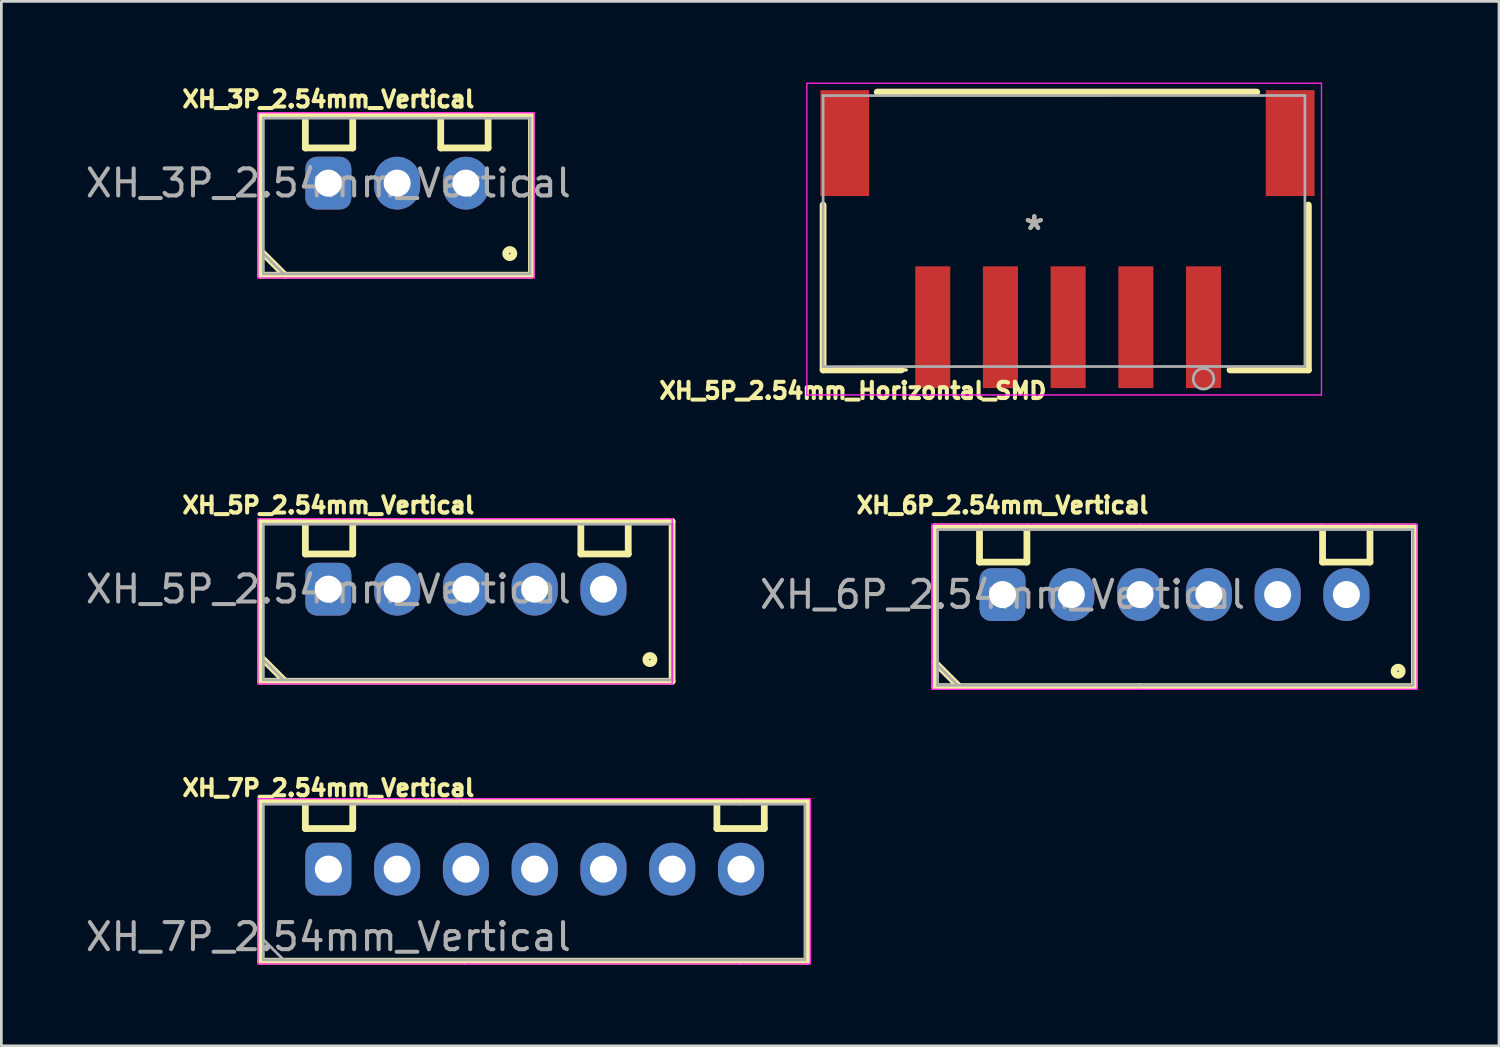
<source format=kicad_pcb>
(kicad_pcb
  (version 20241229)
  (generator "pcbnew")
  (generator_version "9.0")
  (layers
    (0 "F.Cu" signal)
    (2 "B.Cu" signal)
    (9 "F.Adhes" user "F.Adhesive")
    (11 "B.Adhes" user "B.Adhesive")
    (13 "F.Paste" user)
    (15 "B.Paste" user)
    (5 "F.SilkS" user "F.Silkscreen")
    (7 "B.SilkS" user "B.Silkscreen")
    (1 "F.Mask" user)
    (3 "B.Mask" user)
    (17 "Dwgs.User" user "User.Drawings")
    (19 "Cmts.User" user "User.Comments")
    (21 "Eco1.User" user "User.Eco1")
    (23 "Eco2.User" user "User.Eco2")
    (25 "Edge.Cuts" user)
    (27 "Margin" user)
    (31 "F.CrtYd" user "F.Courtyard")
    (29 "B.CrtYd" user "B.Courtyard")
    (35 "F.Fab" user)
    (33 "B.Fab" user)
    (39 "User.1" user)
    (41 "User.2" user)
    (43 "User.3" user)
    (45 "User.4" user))
  (footprint "XH_5P_2.54mm_Horizontal_SMD"
    (layer "F.Cu")
    (at 36.398 6.081)
    (property "Reference" "XH_5P_2.54mm_Horizontal_SMD" (at -7.95 5.3 180) (layer "F.SilkS") (effects (font (size 0.6 0.6) (thickness 0.15))))
    (attr through_hole)
    (fp_line (start -9.05 -1.558) (end -9.05 4.531) (stroke (width 0.25) (type solid)) (layer "F.SilkS"))
    (fp_line (start -9.05 4.531) (end -6.159 4.531) (stroke (width 0.25) (type solid)) (layer "F.SilkS"))
    (fp_line (start -6.52 4.531) (end -5.98 4.531) (stroke (width 0.12) (type solid)) (layer "F.SilkS"))
    (fp_line (start 5.98 4.531) (end 8.872 4.531) (stroke (width 0.25) (type solid)) (layer "F.SilkS"))
    (fp_line (start 6.966 -5.731) (end -7.05 -5.731) (stroke (width 0.25) (type solid)) (layer "F.SilkS"))
    (fp_line (start 8.872 4.531) (end 8.872 -1.558) (stroke (width 0.25) (type solid)) (layer "F.SilkS"))
    (fp_line (start -9.65 -6.056) (end -9.65 5.456) (stroke (width 0.05) (type solid)) (layer "F.CrtYd"))
    (fp_line (start -9.65 5.456) (end 9.356 5.456) (stroke (width 0.05) (type solid)) (layer "F.CrtYd"))
    (fp_line (start 9.356 -6.056) (end -9.65 -6.056) (stroke (width 0.05) (type solid)) (layer "F.CrtYd"))
    (fp_line (start 9.356 5.456) (end 9.356 -6.056) (stroke (width 0.05) (type solid)) (layer "F.CrtYd"))
    (fp_line (start -9.05 -5.6) (end -9.05 4.408) (stroke (width 0.1) (type solid)) (layer "F.Fab"))
    (fp_line (start -9.05 4.408) (end 8.745 4.404) (stroke (width 0.1) (type solid)) (layer "F.Fab"))
    (fp_line (start 8.745 -5.604) (end -9.05 -5.6) (stroke (width 0.1) (type solid)) (layer "F.Fab"))
    (fp_line (start 8.745 4.404) (end 8.745 -5.604) (stroke (width 0.1) (type solid)) (layer "F.Fab"))
    (fp_circle (center 5 4.859) (end 4.619 4.859) (stroke (width 0.1) (type solid)) (fill no) (layer "F.Fab"))
    (fp_text user "*" (at -1.25 -0.6 180) (layer "F.SilkS") (effects (font (size 1 1) (thickness 0.15))))
    (fp_text user "*" (at -1.25 -0.6 180) (layer "F.Fab") (effects (font (size 1 1) (thickness 0.15))))
    (pad "1" smd rect (at 5 2.954 180) (size 1.295 4.496) (layers "F.Cu" "F.Mask" "F.Paste"))
    (pad "2" smd rect (at 2.5 2.954 180) (size 1.295 4.496) (layers "F.Cu" "F.Mask" "F.Paste"))
    (pad "3" smd rect (at 0 2.954 180) (size 1.295 4.496) (layers "F.Cu" "F.Mask" "F.Paste"))
    (pad "4" smd rect (at -2.5 2.954 180) (size 1.295 4.496) (layers "F.Cu" "F.Mask" "F.Paste"))
    (pad "5" smd rect (at -5 2.954 180) (size 1.295 4.496) (layers "F.Cu" "F.Mask" "F.Paste"))
    (pad "S" smd rect (at -8.25 -3.846 180) (size 1.803 3.912) (layers "F.Cu" "F.Mask" "F.Paste"))
    (pad "S" smd rect (at 8.2 -3.846 180) (size 1.803 3.912) (layers "F.Cu" "F.Mask" "F.Paste")))
  (footprint "XH_3P_2.54mm_Vertical"
    (layer "F.Cu")
    (at 9.077 3.714)
    (property "Reference" "XH_3P_2.54mm_Vertical" (at 0 -3.1 0) (unlocked yes) (layer "F.SilkS") (effects (font (size 0.6 0.6) (thickness 0.15))))
    (attr through_hole)
    (fp_line (start -2.5 -2.5) (end 7.5 -2.5) (stroke (width 0.25) (type solid)) (layer "F.SilkS"))
    (fp_line (start -2.5 2.5) (end -1.6 3.4) (stroke (width 0.25) (type solid)) (layer "F.SilkS"))
    (fp_line (start -2.5 3.4) (end -2.5 -2.5) (stroke (width 0.25) (type solid)) (layer "F.SilkS"))
    (fp_line (start -2.5 3.4) (end 7.5 3.4) (stroke (width 0.25) (type solid)) (layer "F.SilkS"))
    (fp_line (start -0.85 -2.5) (end -0.85 -1.3) (stroke (width 0.25) (type solid)) (layer "F.SilkS"))
    (fp_line (start -0.85 -1.3) (end 0.9 -1.3) (stroke (width 0.25) (type solid)) (layer "F.SilkS"))
    (fp_line (start 0.9 -1.3) (end 0.9 -2.5) (stroke (width 0.25) (type solid)) (layer "F.SilkS"))
    (fp_line (start 4.15 -2.5) (end 4.15 -1.3) (stroke (width 0.25) (type solid)) (layer "F.SilkS"))
    (fp_line (start 4.15 -1.3) (end 5.9 -1.3) (stroke (width 0.25) (type solid)) (layer "F.SilkS"))
    (fp_line (start 5.9 -1.3) (end 5.9 -2.5) (stroke (width 0.25) (type solid)) (layer "F.SilkS"))
    (fp_line (start 7.5 3.4) (end 7.5 -2.5) (stroke (width 0.25) (type solid)) (layer "F.SilkS"))
    (fp_circle (center 6.7 2.6) (end 6.85 2.6) (stroke (width 0.25) (type solid)) (fill no) (layer "F.SilkS"))
    (fp_line (start -2.6 -2.6) (end -2.6 3.5) (stroke (width 0.05) (type solid)) (layer "F.CrtYd"))
    (fp_line (start -2.6 -2.6) (end 7.6 -2.6) (stroke (width 0.05) (type solid)) (layer "F.CrtYd"))
    (fp_line (start -2.6 3.5) (end 7.6 3.5) (stroke (width 0.05) (type solid)) (layer "F.CrtYd"))
    (fp_line (start 7.6 -2.6) (end 7.6 3.5) (stroke (width 0.05) (type solid)) (layer "F.CrtYd"))
    (fp_line (start -2.4 2.6) (end -1.65 3.35) (stroke (width 0.1) (type solid)) (layer "F.Fab"))
    (fp_line (start -2.4 3.35) (end -2.4 -2.4) (stroke (width 0.1) (type solid)) (layer "F.Fab"))
    (fp_line (start 7.45 -2.4) (end -2.4 -2.4) (stroke (width 0.1) (type solid)) (layer "F.Fab"))
    (fp_line (start 7.45 3.35) (end -2.4 3.35) (stroke (width 0.1) (type solid)) (layer "F.Fab"))
    (fp_line (start 7.45 3.35) (end 7.45 -2.4) (stroke (width 0.1) (type solid)) (layer "F.Fab"))
    (fp_text user "${REFERENCE}" (at 0 0 0) (unlocked yes) (layer "F.Fab") (effects (font (size 1 1) (thickness 0.15))))
    (pad "1" thru_hole roundrect (at 0 0 90) (size 1.95 1.7) (drill 1) (layers "*.Cu" "*.Mask") (roundrect_rratio 0.25))
    (pad "2" thru_hole oval (at 2.54 0 90) (size 1.95 1.7) (drill 1) (layers "*.Cu" "*.Mask"))
    (pad "3" thru_hole oval (at 5.08 0 90) (size 1.95 1.7) (drill 1) (layers "*.Cu" "*.Mask")))
  (footprint "XH_6P_2.54mm_Vertical"
    (layer "F.Cu")
    (at 33.975 18.909)
    (property "Reference" "XH_6P_2.54mm_Vertical" (at 0 -3.3 0) (unlocked yes) (layer "F.SilkS") (effects (font (size 0.6 0.6) (thickness 0.15))))
    (attr through_hole)
    (fp_line (start -2.5 -2.5) (end 5.05 -2.5) (stroke (width 0.25) (type solid)) (layer "F.SilkS"))
    (fp_line (start -2.5 2.5) (end -1.6 3.4) (stroke (width 0.25) (type solid)) (layer "F.SilkS"))
    (fp_line (start -2.5 3.4) (end -2.5 -2.5) (stroke (width 0.25) (type solid)) (layer "F.SilkS"))
    (fp_line (start -2.5 3.4) (end 5.05 3.4) (stroke (width 0.25) (type solid)) (layer "F.SilkS"))
    (fp_line (start -0.85 -2.5) (end -0.85 -1.2) (stroke (width 0.25) (type solid)) (layer "F.SilkS"))
    (fp_line (start -0.85 -1.2) (end 0.9 -1.2) (stroke (width 0.25) (type solid)) (layer "F.SilkS"))
    (fp_line (start 0.9 -1.2) (end 0.9 -2.5) (stroke (width 0.25) (type solid)) (layer "F.SilkS"))
    (fp_line (start 5.05 -2.5) (end 15.21 -2.5) (stroke (width 0.25) (type solid)) (layer "F.SilkS"))
    (fp_line (start 5.05 3.4) (end 15.21 3.4) (stroke (width 0.25) (type solid)) (layer "F.SilkS"))
    (fp_line (start 11.82 -2.5) (end 11.82 -1.2) (stroke (width 0.25) (type solid)) (layer "F.SilkS"))
    (fp_line (start 11.82 -1.2) (end 13.57 -1.2) (stroke (width 0.25) (type solid)) (layer "F.SilkS"))
    (fp_line (start 13.57 -1.2) (end 13.57 -2.5) (stroke (width 0.25) (type solid)) (layer "F.SilkS"))
    (fp_line (start 15.21 3.4) (end 15.21 -2.5) (stroke (width 0.25) (type solid)) (layer "F.SilkS"))
    (fp_circle (center 14.61 2.83) (end 14.76 2.83) (stroke (width 0.25) (type solid)) (fill no) (layer "F.SilkS"))
    (fp_line (start -2.6 -2.6) (end -2.6 3.5) (stroke (width 0.05) (type solid)) (layer "F.CrtYd"))
    (fp_line (start -2.6 -2.6) (end 5.15 -2.6) (stroke (width 0.05) (type solid)) (layer "F.CrtYd"))
    (fp_line (start -2.6 3.5) (end 5.15 3.5) (stroke (width 0.05) (type solid)) (layer "F.CrtYd"))
    (fp_line (start 5.15 -2.6) (end 15.31 -2.6) (stroke (width 0.05) (type solid)) (layer "F.CrtYd"))
    (fp_line (start 5.15 3.5) (end 15.31 3.5) (stroke (width 0.05) (type solid)) (layer "F.CrtYd"))
    (fp_line (start 15.31 -2.6) (end 15.31 3.5) (stroke (width 0.05) (type solid)) (layer "F.CrtYd"))
    (fp_line (start -2.4 2.6) (end -1.65 3.35) (stroke (width 0.1) (type solid)) (layer "F.Fab"))
    (fp_line (start -2.4 3.35) (end -2.4 -2.4) (stroke (width 0.1) (type solid)) (layer "F.Fab"))
    (fp_line (start 5 -2.4) (end -2.4 -2.4) (stroke (width 0.1) (type solid)) (layer "F.Fab"))
    (fp_line (start 5 -2.4) (end 15.16 -2.4) (stroke (width 0.1) (type solid)) (layer "F.Fab"))
    (fp_line (start 5 3.35) (end -2.4 3.35) (stroke (width 0.1) (type solid)) (layer "F.Fab"))
    (fp_line (start 5 3.35) (end 15.16 3.35) (stroke (width 0.1) (type solid)) (layer "F.Fab"))
    (fp_line (start 15.16 3.35) (end 15.16 -2.4) (stroke (width 0.1) (type solid)) (layer "F.Fab"))
    (fp_text user "${REFERENCE}" (at 0 0 0) (unlocked yes) (layer "F.Fab") (effects (font (size 1 1) (thickness 0.15))))
    (pad "1" thru_hole roundrect (at 0 0 90) (size 1.95 1.7) (drill 1) (layers "*.Cu" "*.Mask") (roundrect_rratio 0.25))
    (pad "2" thru_hole oval (at 2.54 0 90) (size 1.95 1.7) (drill 1) (layers "*.Cu" "*.Mask"))
    (pad "3" thru_hole oval (at 5.08 0 90) (size 1.95 1.7) (drill 1) (layers "*.Cu" "*.Mask"))
    (pad "4" thru_hole oval (at 7.62 0 90) (size 1.95 1.7) (drill 1) (layers "*.Cu" "*.Mask"))
    (pad "5" thru_hole oval (at 10.16 0 90) (size 1.95 1.7) (drill 1) (layers "*.Cu" "*.Mask"))
    (pad "6" thru_hole oval (at 12.7 0 90) (size 1.95 1.7) (drill 1) (layers "*.Cu" "*.Mask")))
  (footprint "XH_7P_2.54mm_Vertical"
    (layer "F.Cu")
    (at 9.077 29.049)
    (property "Reference" "XH_7P_2.54mm_Vertical" (at 0 -3 0) (unlocked yes) (layer "F.SilkS") (effects (font (size 0.6 0.6) (thickness 0.15) (bold yes))))
    (attr through_hole)
    (fp_line (start -2.5 -2.5) (end 5.05 -2.5) (stroke (width 0.25) (type solid)) (layer "F.SilkS"))
    (fp_line (start -2.5 3.4) (end -2.5 -2.5) (stroke (width 0.25) (type solid)) (layer "F.SilkS"))
    (fp_line (start -2.5 3.4) (end 5.05 3.4) (stroke (width 0.25) (type solid)) (layer "F.SilkS"))
    (fp_line (start -0.85 -2.5) (end -0.85 -1.5) (stroke (width 0.25) (type solid)) (layer "F.SilkS"))
    (fp_line (start -0.85 -1.5) (end 0.9 -1.5) (stroke (width 0.25) (type solid)) (layer "F.SilkS"))
    (fp_line (start 0.9 -1.5) (end 0.9 -2.5) (stroke (width 0.25) (type solid)) (layer "F.SilkS"))
    (fp_line (start 5.05 -2.5) (end 15.21 -2.5) (stroke (width 0.25) (type solid)) (layer "F.SilkS"))
    (fp_line (start 5.05 3.4) (end 15.21 3.4) (stroke (width 0.25) (type solid)) (layer "F.SilkS"))
    (fp_line (start 14.35 -2.5) (end 14.35 -1.5) (stroke (width 0.25) (type solid)) (layer "F.SilkS"))
    (fp_line (start 14.35 -1.5) (end 16.1 -1.5) (stroke (width 0.25) (type solid)) (layer "F.SilkS"))
    (fp_line (start 15.11 -2.5) (end 17.7 -2.5) (stroke (width 0.25) (type solid)) (layer "F.SilkS"))
    (fp_line (start 15.21 3.4) (end 17.7 3.4) (stroke (width 0.25) (type solid)) (layer "F.SilkS"))
    (fp_line (start 16.1 -1.5) (end 16.1 -2.5) (stroke (width 0.25) (type solid)) (layer "F.SilkS"))
    (fp_line (start 17.7 3.4) (end 17.7 -2.5) (stroke (width 0.25) (type solid)) (layer "F.SilkS"))
    (fp_line (start -2.6 -2.6) (end -2.6 3.5) (stroke (width 0.05) (type solid)) (layer "F.CrtYd"))
    (fp_line (start -2.6 -2.6) (end 5.15 -2.6) (stroke (width 0.05) (type solid)) (layer "F.CrtYd"))
    (fp_line (start -2.6 3.5) (end 5.15 3.5) (stroke (width 0.05) (type solid)) (layer "F.CrtYd"))
    (fp_line (start 5.15 -2.6) (end 15.31 -2.6) (stroke (width 0.05) (type solid)) (layer "F.CrtYd"))
    (fp_line (start 5.15 3.5) (end 15.31 3.5) (stroke (width 0.05) (type solid)) (layer "F.CrtYd"))
    (fp_line (start 15.31 -2.6) (end 17.8 -2.6) (stroke (width 0.05) (type solid)) (layer "F.CrtYd"))
    (fp_line (start 15.31 3.5) (end 17.8 3.5) (stroke (width 0.05) (type solid)) (layer "F.CrtYd"))
    (fp_line (start 17.8 -2.6) (end 17.8 3.5) (stroke (width 0.05) (type solid)) (layer "F.CrtYd"))
    (fp_line (start -2.4 2.6) (end -1.65 3.35) (stroke (width 0.1) (type solid)) (layer "F.Fab"))
    (fp_line (start -2.4 3.35) (end -2.4 -2.4) (stroke (width 0.1) (type solid)) (layer "F.Fab"))
    (fp_line (start 5 -2.4) (end -2.4 -2.4) (stroke (width 0.1) (type solid)) (layer "F.Fab"))
    (fp_line (start 5 -2.4) (end 15.16 -2.4) (stroke (width 0.1) (type solid)) (layer "F.Fab"))
    (fp_line (start 5 3.35) (end -2.4 3.35) (stroke (width 0.1) (type solid)) (layer "F.Fab"))
    (fp_line (start 5 3.35) (end 15.16 3.35) (stroke (width 0.1) (type solid)) (layer "F.Fab"))
    (fp_line (start 15.16 -2.4) (end 17.6 -2.4) (stroke (width 0.1) (type solid)) (layer "F.Fab"))
    (fp_line (start 15.16 3.35) (end 17.6 3.35) (stroke (width 0.1) (type solid)) (layer "F.Fab"))
    (fp_line (start 17.6 3.35) (end 17.6 -2.4) (stroke (width 0.1) (type solid)) (layer "F.Fab"))
    (fp_text user "${REFERENCE}" (at 0 2.5 0) (unlocked yes) (layer "F.Fab") (effects (font (size 1 1) (thickness 0.15))))
    (pad "1" thru_hole roundrect (at 0 0 90) (size 1.95 1.7) (drill 1) (layers "*.Cu" "*.Mask") (roundrect_rratio 0.25))
    (pad "2" thru_hole oval (at 2.54 0 90) (size 1.95 1.7) (drill 1) (layers "*.Cu" "*.Mask"))
    (pad "3" thru_hole oval (at 5.08 0 90) (size 1.95 1.7) (drill 1) (layers "*.Cu" "*.Mask"))
    (pad "4" thru_hole oval (at 7.62 0 90) (size 1.95 1.7) (drill 1) (layers "*.Cu" "*.Mask"))
    (pad "5" thru_hole oval (at 10.16 0 90) (size 1.95 1.7) (drill 1) (layers "*.Cu" "*.Mask"))
    (pad "6" thru_hole oval (at 12.7 0 90) (size 1.95 1.7) (drill 1) (layers "*.Cu" "*.Mask"))
    (pad "7" thru_hole oval (at 15.24 0 90) (size 1.95 1.7) (drill 1) (layers "*.Cu" "*.Mask")))
  (footprint "XH_5P_2.54mm_Vertical"
    (layer "F.Cu")
    (at 9.077 18.709)
    (property "Reference" "XH_5P_2.54mm_Vertical" (at 0 -3.1 0) (unlocked yes) (layer "F.SilkS") (effects (font (size 0.6 0.6) (thickness 0.15))))
    (attr through_hole)
    (fp_line (start -2.5 -2.5) (end 12.695 -2.5) (stroke (width 0.25) (type solid)) (layer "F.SilkS"))
    (fp_line (start -2.5 2.5) (end -1.6 3.4) (stroke (width 0.25) (type solid)) (layer "F.SilkS"))
    (fp_line (start -2.5 3.4) (end -2.5 -2.5) (stroke (width 0.25) (type solid)) (layer "F.SilkS"))
    (fp_line (start -2.5 3.4) (end 12.695 3.4) (stroke (width 0.25) (type solid)) (layer "F.SilkS"))
    (fp_line (start -0.85 -2.5) (end -0.85 -1.3) (stroke (width 0.25) (type solid)) (layer "F.SilkS"))
    (fp_line (start -0.85 -1.3) (end 0.9 -1.3) (stroke (width 0.25) (type solid)) (layer "F.SilkS"))
    (fp_line (start 0.9 -1.3) (end 0.9 -2.5) (stroke (width 0.25) (type solid)) (layer "F.SilkS"))
    (fp_line (start 9.325 -2.5) (end 9.325 -1.3) (stroke (width 0.25) (type solid)) (layer "F.SilkS"))
    (fp_line (start 9.325 -1.3) (end 11.075 -1.3) (stroke (width 0.25) (type solid)) (layer "F.SilkS"))
    (fp_line (start 11.075 -1.3) (end 11.075 -2.5) (stroke (width 0.25) (type solid)) (layer "F.SilkS"))
    (fp_line (start 12.695 3.4) (end 12.695 -2.5) (stroke (width 0.25) (type solid)) (layer "F.SilkS"))
    (fp_circle (center 11.875 2.6) (end 12.025 2.6) (stroke (width 0.25) (type solid)) (fill no) (layer "F.SilkS"))
    (fp_line (start -2.6 -2.6) (end -2.6 3.5) (stroke (width 0.05) (type solid)) (layer "F.CrtYd"))
    (fp_line (start -2.6 -2.6) (end 12.7 -2.6) (stroke (width 0.05) (type solid)) (layer "F.CrtYd"))
    (fp_line (start -2.6 3.5) (end 12.7 3.5) (stroke (width 0.05) (type solid)) (layer "F.CrtYd"))
    (fp_line (start 12.7 -2.6) (end 12.7 3.5) (stroke (width 0.05) (type solid)) (layer "F.CrtYd"))
    (fp_line (start -2.4 2.6) (end -1.65 3.35) (stroke (width 0.1) (type solid)) (layer "F.Fab"))
    (fp_line (start -2.4 3.35) (end -2.4 -2.4) (stroke (width 0.1) (type solid)) (layer "F.Fab"))
    (fp_line (start 12.7 -2.4) (end -2.4 -2.4) (stroke (width 0.1) (type solid)) (layer "F.Fab"))
    (fp_line (start 12.7 3.35) (end -2.4 3.35) (stroke (width 0.1) (type solid)) (layer "F.Fab"))
    (fp_line (start 12.7 3.35) (end 12.7 -2.4) (stroke (width 0.1) (type solid)) (layer "F.Fab"))
    (fp_text user "${REFERENCE}" (at 0 0 0) (unlocked yes) (layer "F.Fab") (effects (font (size 1 1) (thickness 0.15))))
    (pad "1" thru_hole roundrect (at 0 0 90) (size 1.95 1.7) (drill 1) (layers "*.Cu" "*.Mask") (roundrect_rratio 0.25))
    (pad "2" thru_hole oval (at 2.54 0 90) (size 1.95 1.7) (drill 1) (layers "*.Cu" "*.Mask"))
    (pad "3" thru_hole oval (at 5.08 0 90) (size 1.95 1.7) (drill 1) (layers "*.Cu" "*.Mask"))
    (pad "4" thru_hole oval (at 7.62 0 90) (size 1.95 1.7) (drill 1) (layers "*.Cu" "*.Mask"))
    (pad "5" thru_hole oval (at 10.16 0 90) (size 1.95 1.7) (drill 1) (layers "*.Cu" "*.Mask")))
  (gr_rect
    (start -3 -3)
    (end 52.31 35.574)
    (stroke (width 0.1) (type default))
    (fill no)
    (layer "Edge.Cuts")))
</source>
